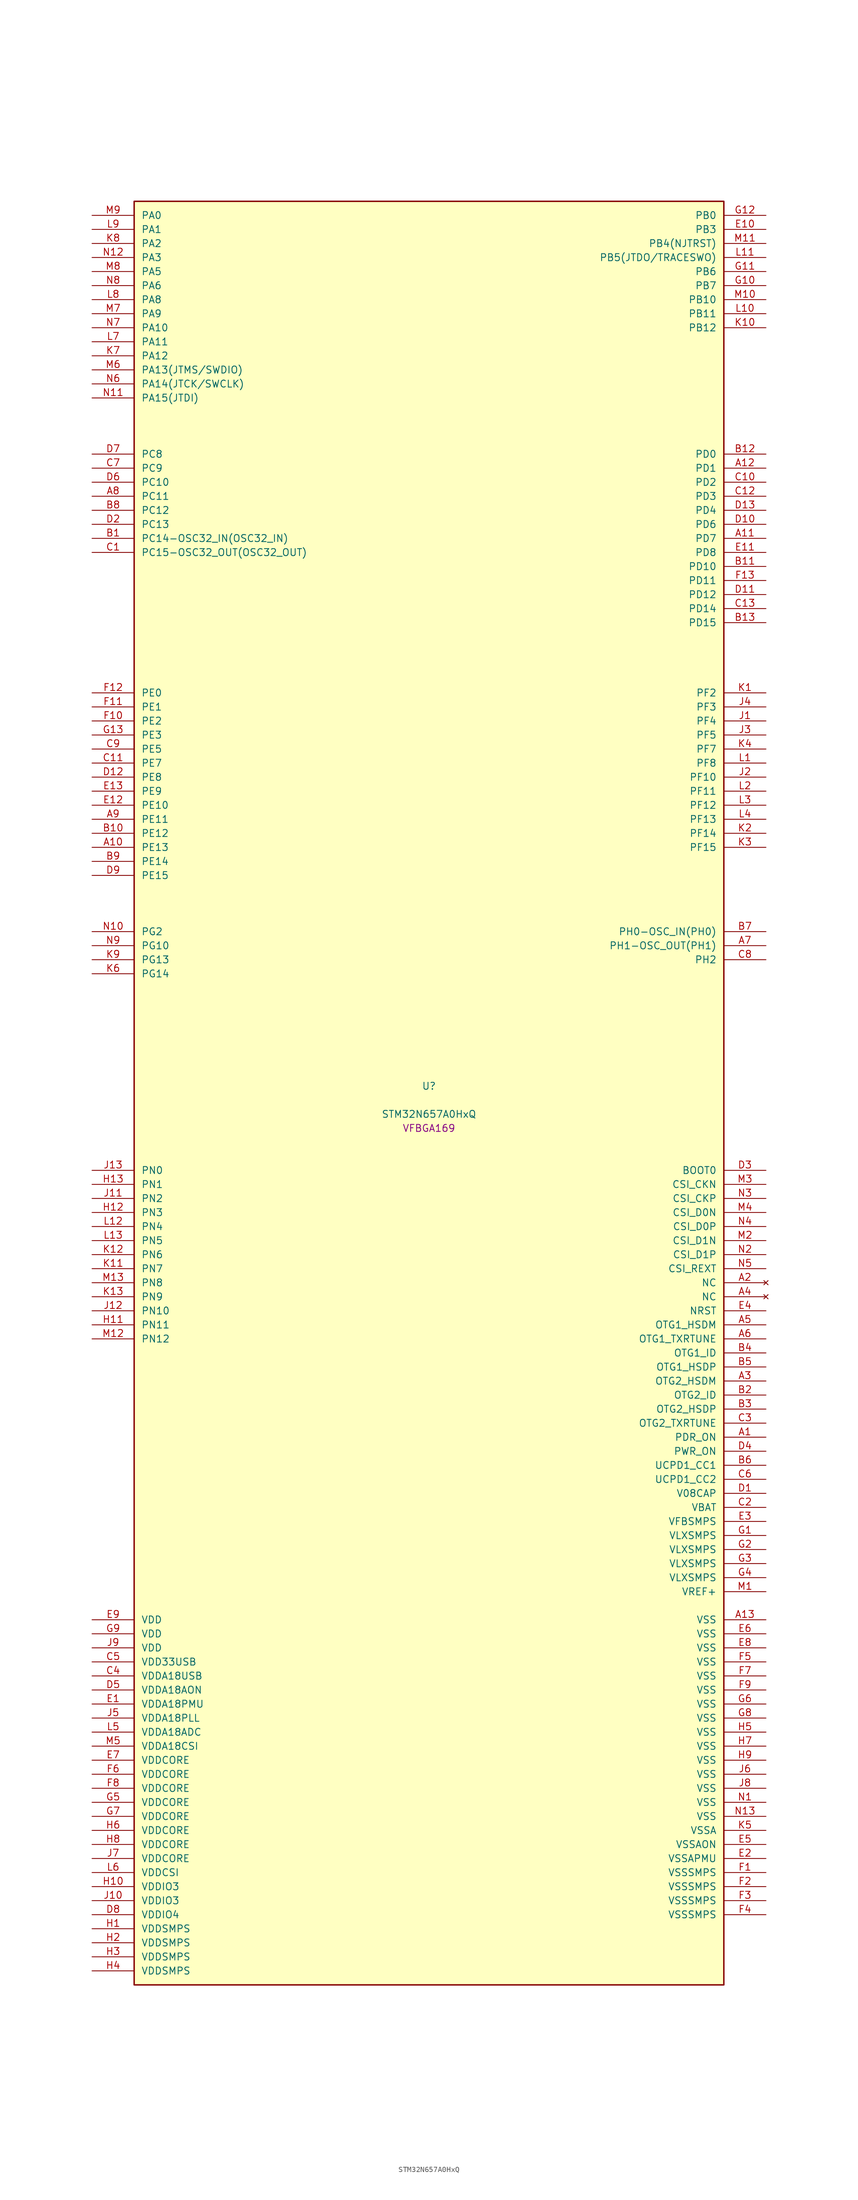
<source format=kicad_sym>
(kicad_symbol_lib
  (version 20241209)
  (generator "stm32_pkl_generator")
  (generator_version "1.0")
  (symbol "STM32N657A0HxQ"
    (pin_names
      (offset 1.27))
    (property "Reference" "U"
      (at 0 2.54 0))
    (property "Value" "STM32N657A0HxQ"
      (at 0 -2.54 0))
    (property "Footprint" "VFBGA169"
      (at 0 -5.08 0))
    (symbol "STM32N657A0HxQ_1_1"
      (rectangle (start -53.34 162.56) (end 53.34 -160.02) (stroke (width 0.254) (type solid)) (fill (type background)))
      (pin bidirectional line (at -60.96 160.02 0) (length 7.62) (name "PA0") (number "M9") (alternate "PA0/ADC1_INN1" bidirectional line) (alternate "PA0/ADC1_INP0" bidirectional line) (alternate "PA0/ADC2_INN1" bidirectional line) (alternate "PA0/ADC2_INP0" bidirectional line) (alternate "PA0/HDP_HDP0" bidirectional line) (alternate "PA0/I2S6_WS" bidirectional line) (alternate "PA0/LTDC_G3" bidirectional line) (alternate "PA0/PWR_WKUP1" bidirectional line) (alternate "PA0/SAI2_SD_B" bidirectional line) (alternate "PA0/SPI6_NSS" bidirectional line) (alternate "PA0/TIM15_BKIN" bidirectional line) (alternate "PA0/TIM2_CH1" bidirectional line) (alternate "PA0/TIM9_CH1" bidirectional line) (alternate "PA0/UART4_TX" bidirectional line))
      (pin bidirectional line (at -60.96 157.48 0) (length 7.62) (name "PA1") (number "L9") (alternate "PA1/ADC1_INP1" bidirectional line) (alternate "PA1/ADC2_INP1" bidirectional line) (alternate "PA1/DCMIPP_D0" bidirectional line) (alternate "PA1/DCMI_D0" bidirectional line) (alternate "PA1/HDP_HDP1" bidirectional line) (alternate "PA1/LTDC_G2" bidirectional line) (alternate "PA1/PSSI_D0" bidirectional line) (alternate "PA1/SAI2_MCLK_B" bidirectional line) (alternate "PA1/TIM15_CH1N" bidirectional line) (alternate "PA1/TIM2_CH2" bidirectional line) (alternate "PA1/UART4_RX" bidirectional line))
      (pin bidirectional line (at -60.96 154.94 0) (length 7.62) (name "PA2") (number "K8") (alternate "PA2/ADC1_INP14" bidirectional line) (alternate "PA2/ADC2_INP14" bidirectional line) (alternate "PA2/HDP_HDP2" bidirectional line) (alternate "PA2/LTDC_B7" bidirectional line) (alternate "PA2/MDIOS_MDIO" bidirectional line) (alternate "PA2/PWR_WKUP2" bidirectional line) (alternate "PA2/SAI2_SCK_B" bidirectional line) (alternate "PA2/TIM15_CH1" bidirectional line) (alternate "PA2/TIM2_CH3" bidirectional line))
      (pin bidirectional line (at -60.96 152.4 0) (length 7.62) (name "PA3") (number "N12") (alternate "PA3/SAI1_SD_B" bidirectional line) (alternate "PA3/SPI5_NSS" bidirectional line) (alternate "PA3/TIM16_CH1" bidirectional line) (alternate "PA3/UART7_RX" bidirectional line))
      (pin bidirectional line (at -60.96 149.86 0) (length 7.62) (name "PA5") (number "M8") (alternate "PA5/ADC2_INP18" bidirectional line) (alternate "PA5/DCMIPP_D8" bidirectional line) (alternate "PA5/DCMI_D8" bidirectional line) (alternate "PA5/HDP_HDP5" bidirectional line) (alternate "PA5/I2S1_CK" bidirectional line) (alternate "PA5/I2S6_CK" bidirectional line) (alternate "PA5/I3C1_SCL" bidirectional line) (alternate "PA5/LTDC_CLK" bidirectional line) (alternate "PA5/PSSI_D8" bidirectional line) (alternate "PA5/PWR_CSTOP" bidirectional line) (alternate "PA5/SPI1_SCK" bidirectional line) (alternate "PA5/SPI6_SCK" bidirectional line) (alternate "PA5/TIM10_CH1" bidirectional line) (alternate "PA5/TIM2_CH1" bidirectional line) (alternate "PA5/TIM2_ETR" bidirectional line) (alternate "PA5/TIM9_CH2" bidirectional line))
      (pin bidirectional line (at -60.96 147.32 0) (length 7.62) (name "PA6") (number "N8") (alternate "PA6/ADC1_INP3" bidirectional line) (alternate "PA6/ADC2_INP3" bidirectional line) (alternate "PA6/BOOT1" bidirectional line) (alternate "PA6/DCMIPP_PIXCLK" bidirectional line) (alternate "PA6/DCMI_PIXCLK" bidirectional line) (alternate "PA6/HDP_HDP6" bidirectional line) (alternate "PA6/I2S1_SDI" bidirectional line) (alternate "PA6/I2S6_SDI" bidirectional line) (alternate "PA6/I3C1_SDA" bidirectional line) (alternate "PA6/LTDC_B7" bidirectional line) (alternate "PA6/LTDC_HSYNC" bidirectional line) (alternate "PA6/MDIOS_MDC" bidirectional line) (alternate "PA6/PSSI_PDCK" bidirectional line) (alternate "PA6/SPI1_MISO" bidirectional line) (alternate "PA6/SPI6_MISO" bidirectional line) (alternate "PA6/TIM13_CH1" bidirectional line) (alternate "PA6/TIM1_BKIN" bidirectional line) (alternate "PA6/TIM3_CH1" bidirectional line))
      (pin bidirectional line (at -60.96 144.78 0) (length 7.62) (name "PA8") (number "L8") (alternate "PA8/ADC1_INP5" bidirectional line) (alternate "PA8/ADC2_INP5" bidirectional line) (alternate "PA8/HDP_HDP0" bidirectional line) (alternate "PA8/I2C3_SCL" bidirectional line) (alternate "PA8/I3C2_SCL" bidirectional line) (alternate "PA8/LTDC_B6" bidirectional line) (alternate "PA8/RCC_MCO_1" bidirectional line) (alternate "PA8/TIM11_CH1" bidirectional line) (alternate "PA8/TIM1_CH1" bidirectional line) (alternate "PA8/UART7_RX" bidirectional line) (alternate "PA8/USART1_CK" bidirectional line))
      (pin bidirectional line (at -60.96 142.24 0) (length 7.62) (name "PA9") (number "M7") (alternate "PA9/ADC1_INP10" bidirectional line) (alternate "PA9/ADC2_INP10" bidirectional line) (alternate "PA9/DCMIPP_D0" bidirectional line) (alternate "PA9/DCMI_D0" bidirectional line) (alternate "PA9/HDP_HDP1" bidirectional line) (alternate "PA9/I2C3_SDA" bidirectional line) (alternate "PA9/I2S2_CK" bidirectional line) (alternate "PA9/I3C2_SDA" bidirectional line) (alternate "PA9/LPUART1_TX" bidirectional line) (alternate "PA9/LTDC_B5" bidirectional line) (alternate "PA9/PSSI_D0" bidirectional line) (alternate "PA9/SPI2_SCK" bidirectional line) (alternate "PA9/TIM1_CH2" bidirectional line) (alternate "PA9/USART1_TX" bidirectional line))
      (pin bidirectional line (at -60.96 139.7 0) (length 7.62) (name "PA10") (number "N7") (alternate "PA10/ADC1_INN10" bidirectional line) (alternate "PA10/ADC1_INP11" bidirectional line) (alternate "PA10/ADC2_INN10" bidirectional line) (alternate "PA10/ADC2_INP11" bidirectional line) (alternate "PA10/DCMIPP_D1" bidirectional line) (alternate "PA10/DCMI_D1" bidirectional line) (alternate "PA10/HDP_HDP2" bidirectional line) (alternate "PA10/LPUART1_RX" bidirectional line) (alternate "PA10/LTDC_B4" bidirectional line) (alternate "PA10/MDIOS_MDIO" bidirectional line) (alternate "PA10/PSSI_D1" bidirectional line) (alternate "PA10/PWR_CSLEEP" bidirectional line) (alternate "PA10/TIM1_CH3" bidirectional line) (alternate "PA10/USART1_RX" bidirectional line))
      (pin bidirectional line (at -60.96 137.16 0) (length 7.62) (name "PA11") (number "L7") (alternate "PA11/ADC1_EXTI11" bidirectional line) (alternate "PA11/ADC1_INN11" bidirectional line) (alternate "PA11/ADC1_INP12" bidirectional line) (alternate "PA11/ADC2_EXTI11" bidirectional line) (alternate "PA11/ADC2_INN11" bidirectional line) (alternate "PA11/ADC2_INP12" bidirectional line) (alternate "PA11/FDCAN1_RX" bidirectional line) (alternate "PA11/HDP_HDP3" bidirectional line) (alternate "PA11/I2S2_WS" bidirectional line) (alternate "PA11/LPUART1_CTS" bidirectional line) (alternate "PA11/LTDC_B3" bidirectional line) (alternate "PA11/SPI2_NSS" bidirectional line) (alternate "PA11/TIM1_CH4" bidirectional line) (alternate "PA11/UART4_RX" bidirectional line) (alternate "PA11/USART1_CTS" bidirectional line) (alternate "PA11/USART1_NSS" bidirectional line))
      (pin bidirectional line (at -60.96 134.62 0) (length 7.62) (name "PA12") (number "K7") (alternate "PA12/ADC1_INN12" bidirectional line) (alternate "PA12/ADC1_INP13" bidirectional line) (alternate "PA12/ADC2_INN12" bidirectional line) (alternate "PA12/ADC2_INP13" bidirectional line) (alternate "PA12/FDCAN1_TX" bidirectional line) (alternate "PA12/HDP_HDP4" bidirectional line) (alternate "PA12/I2S2_CK" bidirectional line) (alternate "PA12/LPUART1_RTS" bidirectional line) (alternate "PA12/LTDC_B2" bidirectional line) (alternate "PA12/SAI2_FS_B" bidirectional line) (alternate "PA12/SPI2_SCK" bidirectional line) (alternate "PA12/TIM1_ETR" bidirectional line) (alternate "PA12/UART4_TX" bidirectional line) (alternate "PA12/USART1_RTS" bidirectional line))
      (pin bidirectional line (at -60.96 132.08 0) (length 7.62) (name "PA13(JTMS/SWDIO)") (number "M6") (alternate "PA13(JTMS/SWDIO)/DEBUG_JTMS-SWDIO" bidirectional line) (alternate "PA13(JTMS/SWDIO)/HDP_HDP5" bidirectional line))
      (pin bidirectional line (at -60.96 129.54 0) (length 7.62) (name "PA14(JTCK/SWCLK)") (number "N6") (alternate "PA14(JTCK/SWCLK)/DEBUG_JTCK-SWCLK" bidirectional line) (alternate "PA14(JTCK/SWCLK)/HDP_HDP6" bidirectional line))
      (pin bidirectional line (at -60.96 127 0) (length 7.62) (name "PA15(JTDI)") (number "N11") (alternate "PA15(JTDI)/ADC1_EXTI15" bidirectional line) (alternate "PA15(JTDI)/ADC2_EXTI15" bidirectional line) (alternate "PA15(JTDI)/DEBUG_JTDI" bidirectional line) (alternate "PA15(JTDI)/HDP_HDP7" bidirectional line) (alternate "PA15(JTDI)/I2S1_WS" bidirectional line) (alternate "PA15(JTDI)/I2S3_WS" bidirectional line) (alternate "PA15(JTDI)/I2S6_WS" bidirectional line) (alternate "PA15(JTDI)/LTDC_R5" bidirectional line) (alternate "PA15(JTDI)/SPI1_NSS" bidirectional line) (alternate "PA15(JTDI)/SPI3_NSS" bidirectional line) (alternate "PA15(JTDI)/SPI6_NSS" bidirectional line) (alternate "PA15(JTDI)/TIM2_CH1" bidirectional line) (alternate "PA15(JTDI)/TIM2_ETR" bidirectional line) (alternate "PA15(JTDI)/UART4_DE" bidirectional line) (alternate "PA15(JTDI)/UART4_RTS" bidirectional line) (alternate "PA15(JTDI)/UART7_TX" bidirectional line))
      (pin bidirectional line (at 60.96 160.02 180) (length 7.62) (name "PB0") (number "G12") (alternate "PB0/ADF1_SDI0" bidirectional line) (alternate "PB0/DCMIPP_D4" bidirectional line) (alternate "PB0/DCMI_D4" bidirectional line) (alternate "PB0/DEBUG_TRACED1" bidirectional line) (alternate "PB0/MDF1_SDI2" bidirectional line) (alternate "PB0/PSSI_D4" bidirectional line) (alternate "PB0/SAI1_D2" bidirectional line) (alternate "PB0/SAI1_FS_A" bidirectional line) (alternate "PB0/SPI4_NSS" bidirectional line) (alternate "PB0/TIM15_CH1N" bidirectional line) (alternate "PB0/TIM1_CH4" bidirectional line))
      (pin bidirectional line (at 60.96 157.48 180) (length 7.62) (name "PB3") (number "E10") (alternate "PB3/DEBUG_JTDO-SWO" bidirectional line) (alternate "PB3/DEBUG_TRACECLK" bidirectional line) (alternate "PB3/GFXTIM_FCKCAL" bidirectional line) (alternate "PB3/GFXTIM_LCKCAL" bidirectional line) (alternate "PB3/HDP_HDP0" bidirectional line) (alternate "PB3/MDF1_CKI1" bidirectional line) (alternate "PB3/SAI2_FS_B" bidirectional line) (alternate "PB3/TIM1_CH4N" bidirectional line) (alternate "PB3/USART1_CK" bidirectional line))
      (pin bidirectional line (at 60.96 154.94 180) (length 7.62) (name "PB4(NJTRST)") (number "M11") (alternate "PB4(NJTRST)/DCMIPP_VSYNC" bidirectional line) (alternate "PB4(NJTRST)/DCMI_VSYNC" bidirectional line) (alternate "PB4(NJTRST)/DEBUG_NJTRST" bidirectional line) (alternate "PB4(NJTRST)/HDP_HDP4" bidirectional line) (alternate "PB4(NJTRST)/I2S1_SDI" bidirectional line) (alternate "PB4(NJTRST)/I2S2_WS" bidirectional line) (alternate "PB4(NJTRST)/I2S3_SDI" bidirectional line) (alternate "PB4(NJTRST)/I2S6_SDI" bidirectional line) (alternate "PB4(NJTRST)/LTDC_R3" bidirectional line) (alternate "PB4(NJTRST)/PSSI_RDY" bidirectional line) (alternate "PB4(NJTRST)/SPI1_MISO" bidirectional line) (alternate "PB4(NJTRST)/SPI2_NSS" bidirectional line) (alternate "PB4(NJTRST)/SPI3_MISO" bidirectional line) (alternate "PB4(NJTRST)/SPI6_MISO" bidirectional line) (alternate "PB4(NJTRST)/TIM16_BKIN" bidirectional line) (alternate "PB4(NJTRST)/TIM3_CH1" bidirectional line) (alternate "PB4(NJTRST)/UART7_TX" bidirectional line))
      (pin bidirectional line (at 60.96 152.4 180) (length 7.62) (name "PB5(JTDO/TRACESWO)") (number "L11") (alternate "PB5(JTDO/TRACESWO)/DCMIPP_D10" bidirectional line) (alternate "PB5(JTDO/TRACESWO)/DCMI_D10" bidirectional line) (alternate "PB5(JTDO/TRACESWO)/DEBUG_JTDO-SWO" bidirectional line) (alternate "PB5(JTDO/TRACESWO)/FDCAN2_RX" bidirectional line) (alternate "PB5(JTDO/TRACESWO)/HDP_HDP5" bidirectional line) (alternate "PB5(JTDO/TRACESWO)/I2S1_SDO" bidirectional line) (alternate "PB5(JTDO/TRACESWO)/I2S3_SDO" bidirectional line) (alternate "PB5(JTDO/TRACESWO)/I2S6_SDO" bidirectional line) (alternate "PB5(JTDO/TRACESWO)/LTDC_R2" bidirectional line) (alternate "PB5(JTDO/TRACESWO)/PSSI_D10" bidirectional line) (alternate "PB5(JTDO/TRACESWO)/SPI1_MOSI" bidirectional line) (alternate "PB5(JTDO/TRACESWO)/SPI3_MOSI" bidirectional line) (alternate "PB5(JTDO/TRACESWO)/SPI6_MOSI" bidirectional line) (alternate "PB5(JTDO/TRACESWO)/TIM3_CH2" bidirectional line) (alternate "PB5(JTDO/TRACESWO)/UART5_RX" bidirectional line))
      (pin bidirectional line (at 60.96 149.86 180) (length 7.62) (name "PB6") (number "G11") (alternate "PB6/ADF1_CCK1" bidirectional line) (alternate "PB6/DCMIPP_D6" bidirectional line) (alternate "PB6/DCMI_D6" bidirectional line) (alternate "PB6/DEBUG_TRACED2" bidirectional line) (alternate "PB6/MDF1_CCK1" bidirectional line) (alternate "PB6/PSSI_D6" bidirectional line) (alternate "PB6/SAI1_CK2" bidirectional line) (alternate "PB6/SAI1_SCK_A" bidirectional line) (alternate "PB6/SPI4_MISO" bidirectional line) (alternate "PB6/TIM15_CH1" bidirectional line))
      (pin bidirectional line (at 60.96 147.32 180) (length 7.62) (name "PB7") (number "G10") (alternate "PB7/ADF1_SDI0" bidirectional line) (alternate "PB7/DCMIPP_D7" bidirectional line) (alternate "PB7/DCMI_D7" bidirectional line) (alternate "PB7/DEBUG_TRACED3" bidirectional line) (alternate "PB7/MDF1_SDI1" bidirectional line) (alternate "PB7/PSSI_D7" bidirectional line) (alternate "PB7/SAI1_D1" bidirectional line) (alternate "PB7/SAI1_SD_A" bidirectional line) (alternate "PB7/SAI2_MCLK_B" bidirectional line) (alternate "PB7/SPI4_MOSI" bidirectional line) (alternate "PB7/TIM15_CH2" bidirectional line) (alternate "PB7/TIM1_BKIN2" bidirectional line))
      (pin bidirectional line (at 60.96 144.78 180) (length 7.62) (name "PB10") (number "M10") (alternate "PB10/ADC1_INN4" bidirectional line) (alternate "PB10/ADC1_INP8" bidirectional line) (alternate "PB10/ADC2_INN4" bidirectional line) (alternate "PB10/ADC2_INP8" bidirectional line) (alternate "PB10/HDP_HDP2" bidirectional line) (alternate "PB10/I2C2_SCL" bidirectional line) (alternate "PB10/I2S2_CK" bidirectional line) (alternate "PB10/I3C2_SCL" bidirectional line) (alternate "PB10/LPTIM2_IN1" bidirectional line) (alternate "PB10/LTDC_G7" bidirectional line) (alternate "PB10/SPI2_SCK" bidirectional line) (alternate "PB10/TIM2_CH3" bidirectional line) (alternate "PB10/USART3_TX" bidirectional line))
      (pin bidirectional line (at 60.96 142.24 180) (length 7.62) (name "PB11") (number "L10") (alternate "PB11/ADC1_EXTI11" bidirectional line) (alternate "PB11/ADC1_INP4" bidirectional line) (alternate "PB11/ADC2_EXTI11" bidirectional line) (alternate "PB11/ADC2_INP4" bidirectional line) (alternate "PB11/HDP_HDP3" bidirectional line) (alternate "PB11/I2C2_SDA" bidirectional line) (alternate "PB11/I3C2_SDA" bidirectional line) (alternate "PB11/LPTIM2_ETR" bidirectional line) (alternate "PB11/LTDC_G6" bidirectional line) (alternate "PB11/TIM2_CH4" bidirectional line) (alternate "PB11/USART3_RX" bidirectional line))
      (pin bidirectional line (at 60.96 139.7 180) (length 7.62) (name "PB12") (number "K10") (alternate "PB12/FDCAN2_RX" bidirectional line) (alternate "PB12/HDP_HDP4" bidirectional line) (alternate "PB12/I2C2_SMBA" bidirectional line) (alternate "PB12/I2S2_WS" bidirectional line) (alternate "PB12/LPTIM2_IN2" bidirectional line) (alternate "PB12/LTDC_G5" bidirectional line) (alternate "PB12/SPI2_NSS" bidirectional line) (alternate "PB12/TIM1_BKIN" bidirectional line) (alternate "PB12/UART5_RX" bidirectional line) (alternate "PB12/USART3_CK" bidirectional line))
      (pin bidirectional line (at -60.96 116.84 0) (length 7.62) (name "PC8") (number "D7") (alternate "PC8/DCMIPP_D2" bidirectional line) (alternate "PC8/DCMI_D2" bidirectional line) (alternate "PC8/DEBUG_TRACED1" bidirectional line) (alternate "PC8/HDP_HDP0" bidirectional line) (alternate "PC8/I2C3_SMBA" bidirectional line) (alternate "PC8/LTDC_B0" bidirectional line) (alternate "PC8/PSSI_D2" bidirectional line) (alternate "PC8/TIM3_CH3" bidirectional line) (alternate "PC8/UART5_DE" bidirectional line) (alternate "PC8/UART5_RTS" bidirectional line) (alternate "PC8/UCPD1_FRSTX1" bidirectional line) (alternate "PC8/USART6_CK" bidirectional line))
      (pin bidirectional line (at -60.96 114.3 0) (length 7.62) (name "PC9") (number "C7") (alternate "PC9/AUDIOCLK" bidirectional line) (alternate "PC9/DCMIPP_D3" bidirectional line) (alternate "PC9/DCMI_D3" bidirectional line) (alternate "PC9/HDP_HDP1" bidirectional line) (alternate "PC9/I2C3_SDA" bidirectional line) (alternate "PC9/LTDC_B3" bidirectional line) (alternate "PC9/PSSI_D3" bidirectional line) (alternate "PC9/RCC_MCO_2" bidirectional line) (alternate "PC9/TIM3_CH4" bidirectional line) (alternate "PC9/UART5_CTS" bidirectional line) (alternate "PC9/UCPD1_FRSTX2" bidirectional line) (alternate "PC9/USART6_RX" bidirectional line))
      (pin bidirectional line (at -60.96 111.76 0) (length 7.62) (name "PC10") (number "D6") (alternate "PC10/DCMIPP_D14" bidirectional line) (alternate "PC10/HDP_HDP2" bidirectional line) (alternate "PC10/I2C4_SCL" bidirectional line) (alternate "PC10/I2S3_CK" bidirectional line) (alternate "PC10/I3C2_SCL" bidirectional line) (alternate "PC10/PSSI_D14" bidirectional line) (alternate "PC10/SPI3_SCK" bidirectional line) (alternate "PC10/TIM1_BKIN" bidirectional line) (alternate "PC10/UART4_TX" bidirectional line) (alternate "PC10/USART3_TX" bidirectional line))
      (pin bidirectional line (at -60.96 109.22 0) (length 7.62) (name "PC11") (number "A8") (alternate "PC11/ADC1_EXTI11" bidirectional line) (alternate "PC11/ADC2_EXTI11" bidirectional line) (alternate "PC11/DCMIPP_D4" bidirectional line) (alternate "PC11/DCMI_D4" bidirectional line) (alternate "PC11/HDP_HDP3" bidirectional line) (alternate "PC11/I2C4_SDA" bidirectional line) (alternate "PC11/I2S3_SDI" bidirectional line) (alternate "PC11/I3C2_SDA" bidirectional line) (alternate "PC11/PSSI_D4" bidirectional line) (alternate "PC11/SPI3_MISO" bidirectional line) (alternate "PC11/UART4_RX" bidirectional line) (alternate "PC11/USART3_RX" bidirectional line))
      (pin bidirectional line (at -60.96 106.68 0) (length 7.62) (name "PC12") (number "B8") (alternate "PC12/DCMIPP_D9" bidirectional line) (alternate "PC12/DCMI_D9" bidirectional line) (alternate "PC12/DEBUG_TRACED3" bidirectional line) (alternate "PC12/HDP_HDP4" bidirectional line) (alternate "PC12/I2S3_SDO" bidirectional line) (alternate "PC12/I2S6_CK" bidirectional line) (alternate "PC12/PSSI_D9" bidirectional line) (alternate "PC12/SPI3_MOSI" bidirectional line) (alternate "PC12/SPI6_SCK" bidirectional line) (alternate "PC12/TIM15_CH1" bidirectional line) (alternate "PC12/TIM1_CH4" bidirectional line) (alternate "PC12/UART5_TX" bidirectional line) (alternate "PC12/USART3_CK" bidirectional line))
      (pin bidirectional line (at -60.96 104.14 0) (length 7.62) (name "PC13") (number "D2") (alternate "PC13/HDP_HDP5" bidirectional line) (alternate "PC13/PWR_WKUP3" bidirectional line) (alternate "PC13/RTC_OUT1" bidirectional line) (alternate "PC13/RTC_TS" bidirectional line) (alternate "PC13/TAMP_IN1" bidirectional line) (alternate "PC13/TAMP_OUT2" bidirectional line))
      (pin bidirectional line (at -60.96 101.6 0) (length 7.62) (name "PC14-OSC32_IN(OSC32_IN)") (number "B1") (alternate "PC14-OSC32_IN(OSC32_IN)/RCC_OSC32_IN" bidirectional line))
      (pin bidirectional line (at -60.96 99.06 0) (length 7.62) (name "PC15-OSC32_OUT(OSC32_OUT)") (number "C1") (alternate "PC15-OSC32_OUT(OSC32_OUT)/ADC1_EXTI15" bidirectional line) (alternate "PC15-OSC32_OUT(OSC32_OUT)/ADC2_EXTI15" bidirectional line) (alternate "PC15-OSC32_OUT(OSC32_OUT)/RCC_OSC32_OUT" bidirectional line))
      (pin bidirectional line (at 60.96 116.84 180) (length 7.62) (name "PD0") (number "B12") (alternate "PD0/DCMIPP_HSYNC" bidirectional line) (alternate "PD0/DCMI_HSYNC" bidirectional line) (alternate "PD0/FDCAN1_RX" bidirectional line) (alternate "PD0/PSSI_DE" bidirectional line) (alternate "PD0/TIM1_ETR" bidirectional line) (alternate "PD0/UART4_RX" bidirectional line))
      (pin bidirectional line (at 60.96 114.3 180) (length 7.62) (name "PD1") (number "A12") (alternate "PD1/ETH1_MDC" bidirectional line) (alternate "PD1/FDCAN1_TX" bidirectional line) (alternate "PD1/UART4_TX" bidirectional line))
      (pin bidirectional line (at 60.96 111.76 180) (length 7.62) (name "PD2") (number "C10") (alternate "PD2/ADF1_SDI0" bidirectional line) (alternate "PD2/DEBUG_TRACED0" bidirectional line) (alternate "PD2/HDP_HDP1" bidirectional line) (alternate "PD2/I2S2_SDO" bidirectional line) (alternate "PD2/MDF1_SDI1" bidirectional line) (alternate "PD2/MDIOS_MDC" bidirectional line) (alternate "PD2/PWR_WKUP4" bidirectional line) (alternate "PD2/SAI1_D1" bidirectional line) (alternate "PD2/SAI1_SD_A" bidirectional line) (alternate "PD2/SPI2_MOSI" bidirectional line) (alternate "PD2/TIM15_CH1N" bidirectional line) (alternate "PD2/TIM1_CH3" bidirectional line))
      (pin bidirectional line (at 60.96 109.22 180) (length 7.62) (name "PD3") (number "C12") (alternate "PD3/DCMIPP_D14" bidirectional line) (alternate "PD3/ETH1_PHY_INTN" bidirectional line) (alternate "PD3/I2C2_SMBA" bidirectional line) (alternate "PD3/PSSI_D14" bidirectional line) (alternate "PD3/USART6_CTS" bidirectional line))
      (pin bidirectional line (at 60.96 106.68 180) (length 7.62) (name "PD4") (number "D13") (alternate "PD4/DCMIPP_D9" bidirectional line) (alternate "PD4/DCMI_D9" bidirectional line) (alternate "PD4/I2C2_SDA" bidirectional line) (alternate "PD4/PSSI_D9" bidirectional line) (alternate "PD4/SPI5_MISO" bidirectional line) (alternate "PD4/TAMP_IN7" bidirectional line) (alternate "PD4/TAMP_OUT8" bidirectional line) (alternate "PD4/TIM1_BKIN2" bidirectional line) (alternate "PD4/USART6_RTS" bidirectional line))
      (pin bidirectional line (at 60.96 104.14 180) (length 7.62) (name "PD6") (number "D10") (alternate "PD6/HDP_HDP2" bidirectional line) (alternate "PD6/I2S2_SDI" bidirectional line) (alternate "PD6/SPI2_MISO" bidirectional line) (alternate "PD6/TIM15_CH2" bidirectional line) (alternate "PD6/TIM1_CH1" bidirectional line))
      (pin bidirectional line (at 60.96 101.6 180) (length 7.62) (name "PD7") (number "A11") (alternate "PD7/DCMIPP_D0" bidirectional line) (alternate "PD7/DCMI_D0" bidirectional line) (alternate "PD7/HDP_HDP3" bidirectional line) (alternate "PD7/I2S2_SDO" bidirectional line) (alternate "PD7/I2S3_WS" bidirectional line) (alternate "PD7/PSSI_D0" bidirectional line) (alternate "PD7/SPI2_MOSI" bidirectional line) (alternate "PD7/SPI3_NSS" bidirectional line) (alternate "PD7/TIM15_CH1N" bidirectional line) (alternate "PD7/TIM1_CH2" bidirectional line))
      (pin bidirectional line (at 60.96 99.06 180) (length 7.62) (name "PD8") (number "E11") (alternate "PD8/DCMIPP_D11" bidirectional line) (alternate "PD8/DCMI_D11" bidirectional line) (alternate "PD8/LTDC_R7" bidirectional line) (alternate "PD8/PSSI_D11" bidirectional line) (alternate "PD8/TAMP_IN3" bidirectional line) (alternate "PD8/TAMP_OUT4" bidirectional line) (alternate "PD8/USART3_TX" bidirectional line))
      (pin bidirectional line (at 60.96 96.52 180) (length 7.62) (name "PD10") (number "B11") (alternate "PD10/DEBUG_TRACECLK" bidirectional line) (alternate "PD10/GFXTIM_TE" bidirectional line) (alternate "PD10/HDP_HDP4" bidirectional line) (alternate "PD10/I2S1_MCK" bidirectional line) (alternate "PD10/MDF1_CKI3" bidirectional line) (alternate "PD10/SAI2_FS_B" bidirectional line) (alternate "PD10/TIM1_ETR" bidirectional line) (alternate "PD10/UCPD1_FRSTX1" bidirectional line))
      (pin bidirectional line (at 60.96 93.98 180) (length 7.62) (name "PD11") (number "F13") (alternate "PD11/ADC1_EXTI11" bidirectional line) (alternate "PD11/ADC2_EXTI11" bidirectional line) (alternate "PD11/DCMIPP_D15" bidirectional line) (alternate "PD11/I2C4_SDA" bidirectional line) (alternate "PD11/I2S2_SDI" bidirectional line) (alternate "PD11/PSSI_D15" bidirectional line) (alternate "PD11/SPI2_MISO" bidirectional line) (alternate "PD11/UCPD1_FRSTX1" bidirectional line))
      (pin bidirectional line (at 60.96 91.44 180) (length 7.62) (name "PD12") (number "D11") (alternate "PD12/DCMIPP_D12" bidirectional line) (alternate "PD12/DCMI_D12" bidirectional line) (alternate "PD12/ETH1_MDIO" bidirectional line) (alternate "PD12/HDP_HDP5" bidirectional line) (alternate "PD12/MDF1_SDI3" bidirectional line) (alternate "PD12/PSSI_D12" bidirectional line) (alternate "PD12/SAI1_D3" bidirectional line) (alternate "PD12/UCPD1_FRSTX2" bidirectional line))
      (pin bidirectional line (at 60.96 88.9 180) (length 7.62) (name "PD14") (number "C13") (alternate "PD14/I2C2_SCL" bidirectional line))
      (pin bidirectional line (at 60.96 86.36 180) (length 7.62) (name "PD15") (number "B13") (alternate "PD15/ADC1_EXTI15" bidirectional line) (alternate "PD15/ADC2_EXTI15" bidirectional line) (alternate "PD15/I2C2_SDA" bidirectional line) (alternate "PD15/LTDC_R2" bidirectional line))
      (pin bidirectional line (at -60.96 73.66 0) (length 7.62) (name "PE0") (number "F12") (alternate "PE0/DCMIPP_D2" bidirectional line) (alternate "PE0/DCMI_D2" bidirectional line) (alternate "PE0/LPTIM2_ETR" bidirectional line) (alternate "PE0/PSSI_D2" bidirectional line) (alternate "PE0/SAI2_MCLK_A" bidirectional line) (alternate "PE0/TAMP_IN6" bidirectional line) (alternate "PE0/TAMP_OUT5" bidirectional line) (alternate "PE0/USART3_RX" bidirectional line))
      (pin bidirectional line (at -60.96 71.12 0) (length 7.62) (name "PE1") (number "F11") (alternate "PE1/DCMIPP_D8" bidirectional line) (alternate "PE1/DCMI_D8" bidirectional line) (alternate "PE1/LPTIM2_CH2" bidirectional line) (alternate "PE1/PSSI_D8" bidirectional line) (alternate "PE1/USART3_TX" bidirectional line))
      (pin bidirectional line (at -60.96 68.58 0) (length 7.62) (name "PE2") (number "F10") (alternate "PE2/ADF1_CCK0" bidirectional line) (alternate "PE2/DEBUG_TRACECLK" bidirectional line) (alternate "PE2/MDF1_CCK0" bidirectional line) (alternate "PE2/SAI1_CK1" bidirectional line) (alternate "PE2/SAI1_MCLK_A" bidirectional line) (alternate "PE2/SPI4_SCK" bidirectional line) (alternate "PE2/TIM1_CH2N" bidirectional line) (alternate "PE2/UCPD1_FRSTX1" bidirectional line))
      (pin bidirectional line (at -60.96 66.04 0) (length 7.62) (name "PE3") (number "G13") (alternate "PE3/DEBUG_TRACED0" bidirectional line) (alternate "PE3/MDF1_CKI2" bidirectional line) (alternate "PE3/SAI1_SD_B" bidirectional line) (alternate "PE3/TIM15_BKIN" bidirectional line))
      (pin bidirectional line (at -60.96 63.5 0) (length 7.62) (name "PE5") (number "C9") (alternate "PE5/DCMIPP_D5" bidirectional line) (alternate "PE5/DCMI_D5" bidirectional line) (alternate "PE5/FDCAN2_TX" bidirectional line) (alternate "PE5/HDP_HDP6" bidirectional line) (alternate "PE5/I3C1_SCL" bidirectional line) (alternate "PE5/LPUART1_TX" bidirectional line) (alternate "PE5/PSSI_D5" bidirectional line) (alternate "PE5/TIM16_CH1N" bidirectional line) (alternate "PE5/UART5_TX" bidirectional line) (alternate "PE5/USART1_TX" bidirectional line))
      (pin bidirectional line (at -60.96 60.96 0) (length 7.62) (name "PE7") (number "C11") (alternate "PE7/MDF1_CKI0" bidirectional line) (alternate "PE7/SAI2_SD_B" bidirectional line) (alternate "PE7/TIM1_ETR" bidirectional line) (alternate "PE7/UART7_RX" bidirectional line))
      (pin bidirectional line (at -60.96 58.42 0) (length 7.62) (name "PE8") (number "D12") (alternate "PE8/DCMIPP_D4" bidirectional line) (alternate "PE8/DCMI_D4" bidirectional line) (alternate "PE8/MDF1_SDI0" bidirectional line) (alternate "PE8/PSSI_D4" bidirectional line) (alternate "PE8/TIM1_CH1N" bidirectional line) (alternate "PE8/UART7_TX" bidirectional line) (alternate "PE8/USART3_TX" bidirectional line))
      (pin bidirectional line (at -60.96 55.88 0) (length 7.62) (name "PE9") (number "E13") (alternate "PE9/MDF1_CKI4" bidirectional line) (alternate "PE9/TIM1_CH1" bidirectional line) (alternate "PE9/UART7_RTS" bidirectional line))
      (pin bidirectional line (at -60.96 53.34 0) (length 7.62) (name "PE10") (number "E12") (alternate "PE10/DCMIPP_D3" bidirectional line) (alternate "PE10/DCMI_D3" bidirectional line) (alternate "PE10/DEBUG_TRACECLK" bidirectional line) (alternate "PE10/MDF1_SDI4" bidirectional line) (alternate "PE10/PSSI_D3" bidirectional line) (alternate "PE10/TIM1_CH2N" bidirectional line) (alternate "PE10/UART7_CTS" bidirectional line) (alternate "PE10/USART3_RX" bidirectional line))
      (pin bidirectional line (at -60.96 50.8 0) (length 7.62) (name "PE11") (number "A9") (alternate "PE11/ADC1_EXTI11" bidirectional line) (alternate "PE11/ADC2_EXTI11" bidirectional line) (alternate "PE11/FDCAN3_TX" bidirectional line) (alternate "PE11/LTDC_VSYNC" bidirectional line) (alternate "PE11/MDF1_CKI5" bidirectional line) (alternate "PE11/SAI2_SD_B" bidirectional line) (alternate "PE11/SPI4_NSS" bidirectional line) (alternate "PE11/TIM1_CH2" bidirectional line))
      (pin bidirectional line (at -60.96 48.26 0) (length 7.62) (name "PE12") (number "B10") (alternate "PE12/FDCAN3_RX" bidirectional line) (alternate "PE12/MDF1_SDI5" bidirectional line) (alternate "PE12/SAI2_SCK_B" bidirectional line) (alternate "PE12/SPI4_SCK" bidirectional line) (alternate "PE12/TIM1_CH3N" bidirectional line))
      (pin bidirectional line (at -60.96 45.72 0) (length 7.62) (name "PE13") (number "A10") (alternate "PE13/ADF1_CCK0" bidirectional line) (alternate "PE13/I2C4_SCL" bidirectional line) (alternate "PE13/SAI2_FS_B" bidirectional line) (alternate "PE13/SPI4_MISO" bidirectional line) (alternate "PE13/TIM1_CH3" bidirectional line))
      (pin bidirectional line (at -60.96 43.18 0) (length 7.62) (name "PE14") (number "B9") (alternate "PE14/ADF1_CCK1" bidirectional line) (alternate "PE14/GFXTIM_FCKCAL" bidirectional line) (alternate "PE14/GFXTIM_LCKCAL" bidirectional line) (alternate "PE14/I2C4_SDA" bidirectional line) (alternate "PE14/SAI2_MCLK_B" bidirectional line) (alternate "PE14/SPI4_MOSI" bidirectional line) (alternate "PE14/TIM1_CH4" bidirectional line))
      (pin bidirectional line (at -60.96 40.64 0) (length 7.62) (name "PE15") (number "D9") (alternate "PE15/ADC1_EXTI15" bidirectional line) (alternate "PE15/ADC2_EXTI15" bidirectional line) (alternate "PE15/GFXTIM_FCKCAL" bidirectional line) (alternate "PE15/GFXTIM_LCKCAL" bidirectional line) (alternate "PE15/I2C4_SMBA" bidirectional line) (alternate "PE15/SPI5_SCK" bidirectional line) (alternate "PE15/TIM1_BKIN" bidirectional line))
      (pin bidirectional line (at 60.96 73.66 180) (length 7.62) (name "PF2") (number "K1") (alternate "PF2/ETH1_RGMII_CLK125" bidirectional line) (alternate "PF2/FDCAN3_TX" bidirectional line) (alternate "PF2/I2S2_CK" bidirectional line) (alternate "PF2/LTDC_B1" bidirectional line) (alternate "PF2/SPI2_SCK" bidirectional line) (alternate "PF2/TIM1_CH3N" bidirectional line))
      (pin bidirectional line (at 60.96 71.12 180) (length 7.62) (name "PF3") (number "J4") (alternate "PF3/ADC1_INP16" bidirectional line) (alternate "PF3/DCMIPP_HSYNC" bidirectional line) (alternate "PF3/DCMI_HSYNC" bidirectional line) (alternate "PF3/ETH1_PPS_OUT" bidirectional line) (alternate "PF3/FDCAN3_RX" bidirectional line) (alternate "PF3/LTDC_R4" bidirectional line) (alternate "PF3/PSSI_DE" bidirectional line))
      (pin bidirectional line (at 60.96 68.58 180) (length 7.62) (name "PF4") (number "J1") (alternate "PF4/ADC1_INP18" bidirectional line) (alternate "PF4/DCMIPP_HSYNC" bidirectional line) (alternate "PF4/DCMI_HSYNC" bidirectional line) (alternate "PF4/ETH1_MDIO" bidirectional line) (alternate "PF4/HDP_HDP4" bidirectional line) (alternate "PF4/I2S1_WS" bidirectional line) (alternate "PF4/I2S3_WS" bidirectional line) (alternate "PF4/I2S6_WS" bidirectional line) (alternate "PF4/LTDC_R3" bidirectional line) (alternate "PF4/PSSI_DE" bidirectional line) (alternate "PF4/SPI1_NSS" bidirectional line) (alternate "PF4/SPI3_NSS" bidirectional line) (alternate "PF4/SPI6_NSS" bidirectional line))
      (pin bidirectional line (at 60.96 66.04 180) (length 7.62) (name "PF5") (number "J3") (alternate "PF5/DCMIPP_D6" bidirectional line) (alternate "PF5/DCMI_D6" bidirectional line) (alternate "PF5/ETH1_CLK" bidirectional line) (alternate "PF5/LPTIM2_IN2" bidirectional line) (alternate "PF5/LTDC_G0" bidirectional line) (alternate "PF5/PSSI_D6" bidirectional line) (alternate "PF5/SAI2_SD_A" bidirectional line) (alternate "PF5/TIM1_ETR" bidirectional line) (alternate "PF5/USART3_CTS" bidirectional line) (alternate "PF5/USART3_NSS" bidirectional line))
      (pin bidirectional line (at 60.96 63.5 180) (length 7.62) (name "PF7") (number "K4") (alternate "PF7/ADC1_INN5" bidirectional line) (alternate "PF7/ADC1_INP9" bidirectional line) (alternate "PF7/ADC2_INN5" bidirectional line) (alternate "PF7/ADC2_INP9" bidirectional line) (alternate "PF7/ETH1_MII_RX_CLK" bidirectional line) (alternate "PF7/ETH1_RGMII_RX_CLK" bidirectional line) (alternate "PF7/ETH1_RMII_REF_CLK" bidirectional line) (alternate "PF7/GFXTIM_TE" bidirectional line) (alternate "PF7/HDP_HDP0" bidirectional line) (alternate "PF7/I2S1_CK" bidirectional line) (alternate "PF7/LTDC_VSYNC" bidirectional line) (alternate "PF7/SPI1_SCK" bidirectional line) (alternate "PF7/TIM1_CH2N" bidirectional line) (alternate "PF7/TIM3_CH3" bidirectional line) (alternate "PF7/TIM9_CH1" bidirectional line) (alternate "PF7/UART4_CTS" bidirectional line))
      (pin bidirectional line (at 60.96 60.96 180) (length 7.62) (name "PF8") (number "L1") (alternate "PF8/DEBUG_TRACECLK" bidirectional line) (alternate "PF8/ETH1_MII_RXD2" bidirectional line) (alternate "PF8/ETH1_RGMII_RXD2" bidirectional line) (alternate "PF8/LTDC_R6" bidirectional line))
      (pin bidirectional line (at 60.96 58.42 180) (length 7.62) (name "PF10") (number "J2") (alternate "PF10/DCMIPP_D11" bidirectional line) (alternate "PF10/DCMIPP_D15" bidirectional line) (alternate "PF10/DCMI_D11" bidirectional line) (alternate "PF10/ETH1_MII_RX_DV" bidirectional line) (alternate "PF10/ETH1_RGMII_RX_CTL" bidirectional line) (alternate "PF10/ETH1_RMII_CRS_DV" bidirectional line) (alternate "PF10/LTDC_R1" bidirectional line) (alternate "PF10/MDF1_SDI3" bidirectional line) (alternate "PF10/PSSI_D11" bidirectional line) (alternate "PF10/PSSI_D15" bidirectional line) (alternate "PF10/SAI1_D3" bidirectional line) (alternate "PF10/TIM16_BKIN" bidirectional line) (alternate "PF10/UART7_RX" bidirectional line) (alternate "PF10/UCPD1_FRSTX1" bidirectional line))
      (pin bidirectional line (at 60.96 55.88 180) (length 7.62) (name "PF11") (number "L2") (alternate "PF11/ADC1_EXTI11" bidirectional line) (alternate "PF11/ADC1_INP2" bidirectional line) (alternate "PF11/ADC2_EXTI11" bidirectional line) (alternate "PF11/DCMIPP_D15" bidirectional line) (alternate "PF11/ETH1_MII_TX_EN" bidirectional line) (alternate "PF11/ETH1_RGMII_TX_CTL" bidirectional line) (alternate "PF11/ETH1_RMII_TX_EN" bidirectional line) (alternate "PF11/LTDC_B0" bidirectional line) (alternate "PF11/PSSI_D15" bidirectional line) (alternate "PF11/SAI2_SD_B" bidirectional line) (alternate "PF11/SPI5_MOSI" bidirectional line))
      (pin bidirectional line (at 60.96 53.34 180) (length 7.62) (name "PF12") (number "L3") (alternate "PF12/ADC1_INN2" bidirectional line) (alternate "PF12/ADC1_INP6" bidirectional line) (alternate "PF12/DCMIPP_D13" bidirectional line) (alternate "PF12/DCMI_D13" bidirectional line) (alternate "PF12/ETH1_MII_TXD0" bidirectional line) (alternate "PF12/ETH1_RGMII_TXD0" bidirectional line) (alternate "PF12/ETH1_RMII_TXD0" bidirectional line) (alternate "PF12/PSSI_D13" bidirectional line) (alternate "PF12/SPI5_MISO" bidirectional line) (alternate "PF12/USART1_RX" bidirectional line))
      (pin bidirectional line (at 60.96 50.8 180) (length 7.62) (name "PF13") (number "L4") (alternate "PF13/ADC2_INP2" bidirectional line) (alternate "PF13/DCMIPP_D10" bidirectional line) (alternate "PF13/DCMI_D10" bidirectional line) (alternate "PF13/ETH1_MII_TXD1" bidirectional line) (alternate "PF13/ETH1_RGMII_TXD1" bidirectional line) (alternate "PF13/ETH1_RMII_TXD1" bidirectional line) (alternate "PF13/PSSI_D10" bidirectional line) (alternate "PF13/SPI5_NSS" bidirectional line) (alternate "PF13/USART1_TX" bidirectional line))
      (pin bidirectional line (at 60.96 48.26 180) (length 7.62) (name "PF14") (number "K2") (alternate "PF14/ADC2_INN2" bidirectional line) (alternate "PF14/ADC2_INP6" bidirectional line) (alternate "PF14/ETH1_MII_RXD0" bidirectional line) (alternate "PF14/ETH1_RGMII_RXD0" bidirectional line) (alternate "PF14/ETH1_RMII_RXD0" bidirectional line) (alternate "PF14/LTDC_G0" bidirectional line) (alternate "PF14/SPI5_MOSI" bidirectional line) (alternate "PF14/TIM2_CH2" bidirectional line) (alternate "PF14/USART1_CTS" bidirectional line))
      (pin bidirectional line (at 60.96 45.72 180) (length 7.62) (name "PF15") (number "K3") (alternate "PF15/ADC1_EXTI15" bidirectional line) (alternate "PF15/ADC2_EXTI15" bidirectional line) (alternate "PF15/ETH1_MII_RXD1" bidirectional line) (alternate "PF15/ETH1_RGMII_RXD1" bidirectional line) (alternate "PF15/ETH1_RMII_RXD1" bidirectional line) (alternate "PF15/LTDC_G1" bidirectional line) (alternate "PF15/SPI5_SCK" bidirectional line) (alternate "PF15/USART1_RTS" bidirectional line))
      (pin bidirectional line (at -60.96 30.48 0) (length 7.62) (name "PG2") (number "N10") (alternate "PG2/DCMIPP_D6" bidirectional line) (alternate "PG2/DCMI_D6" bidirectional line) (alternate "PG2/LTDC_R0" bidirectional line) (alternate "PG2/PSSI_D6" bidirectional line) (alternate "PG2/SAI1_FS_B" bidirectional line) (alternate "PG2/SAI2_MCLK_B" bidirectional line) (alternate "PG2/SPI5_MOSI" bidirectional line) (alternate "PG2/TIM14_CH1" bidirectional line) (alternate "PG2/UART7_CTS" bidirectional line) (alternate "PG2/USART3_RTS" bidirectional line))
      (pin bidirectional line (at -60.96 27.94 0) (length 7.62) (name "PG10") (number "N9") (alternate "PG10/DCMIPP_D2" bidirectional line) (alternate "PG10/DCMI_D2" bidirectional line) (alternate "PG10/FDCAN2_TX" bidirectional line) (alternate "PG10/HDP_HDP5" bidirectional line) (alternate "PG10/I2S2_CK" bidirectional line) (alternate "PG10/LPTIM2_CH1" bidirectional line) (alternate "PG10/LTDC_G4" bidirectional line) (alternate "PG10/PSSI_D2" bidirectional line) (alternate "PG10/SPI2_SCK" bidirectional line) (alternate "PG10/TIM1_CH1N" bidirectional line) (alternate "PG10/UART5_TX" bidirectional line) (alternate "PG10/USART3_CTS" bidirectional line) (alternate "PG10/USART3_NSS" bidirectional line))
      (pin bidirectional line (at -60.96 25.4 0) (length 7.62) (name "PG13") (number "K9") (alternate "PG13/DCMIPP_D12" bidirectional line) (alternate "PG13/DCMI_D12" bidirectional line) (alternate "PG13/LPTIM2_IN1" bidirectional line) (alternate "PG13/LTDC_DE" bidirectional line) (alternate "PG13/PSSI_D12" bidirectional line) (alternate "PG13/SAI2_FS_A" bidirectional line) (alternate "PG13/USART3_RTS" bidirectional line))
      (pin bidirectional line (at -60.96 22.86 0) (length 7.62) (name "PG14") (number "K6") (alternate "PG14/DCMIPP_D11" bidirectional line) (alternate "PG14/DCMI_D11" bidirectional line) (alternate "PG14/DEBUG_TRACED1" bidirectional line) (alternate "PG14/I2S6_SDO" bidirectional line) (alternate "PG14/LTDC_B1" bidirectional line) (alternate "PG14/PSSI_D11" bidirectional line) (alternate "PG14/SPI6_MOSI" bidirectional line) (alternate "PG14/USART6_TX" bidirectional line))
      (pin bidirectional line (at 60.96 30.48 180) (length 7.62) (name "PH0-OSC_IN(PH0)") (number "B7") (alternate "PH0-OSC_IN(PH0)/RCC_OSC_IN" bidirectional line))
      (pin bidirectional line (at 60.96 27.94 180) (length 7.62) (name "PH1-OSC_OUT(PH1)") (number "A7") (alternate "PH1-OSC_OUT(PH1)/RCC_OSC_OUT" bidirectional line))
      (pin bidirectional line (at 60.96 25.4 180) (length 7.62) (name "PH2") (number "C8") (alternate "PH2/DCMIPP_D11" bidirectional line) (alternate "PH2/DCMI_D11" bidirectional line) (alternate "PH2/DEBUG_TRACED2" bidirectional line) (alternate "PH2/FDCAN1_TX" bidirectional line) (alternate "PH2/PSSI_D11" bidirectional line) (alternate "PH2/TIM15_BKIN" bidirectional line) (alternate "PH2/TIM1_ETR" bidirectional line) (alternate "PH2/TIM3_ETR" bidirectional line) (alternate "PH2/UART5_RX" bidirectional line))
      (pin bidirectional line (at -60.96 -12.7 0) (length 7.62) (name "PN0") (number "J13") (alternate "PN0/XSPIM_P2_DQS0" bidirectional line))
      (pin bidirectional line (at -60.96 -15.24 0) (length 7.62) (name "PN1") (number "H13") (alternate "PN1/XSPIM_P2_NCS1" bidirectional line))
      (pin bidirectional line (at -60.96 -17.78 0) (length 7.62) (name "PN2") (number "J11") (alternate "PN2/XSPIM_P2_IO0" bidirectional line))
      (pin bidirectional line (at -60.96 -20.32 0) (length 7.62) (name "PN3") (number "H12") (alternate "PN3/XSPIM_P2_IO1" bidirectional line))
      (pin bidirectional line (at -60.96 -22.86 0) (length 7.62) (name "PN4") (number "L12") (alternate "PN4/XSPIM_P2_IO2" bidirectional line))
      (pin bidirectional line (at -60.96 -25.4 0) (length 7.62) (name "PN5") (number "L13") (alternate "PN5/XSPIM_P2_IO3" bidirectional line))
      (pin bidirectional line (at -60.96 -27.94 0) (length 7.62) (name "PN6") (number "K12") (alternate "PN6/XSPIM_P2_CLK" bidirectional line))
      (pin bidirectional line (at -60.96 -30.48 0) (length 7.62) (name "PN7") (number "K11") (alternate "PN7/XSPIM_P2_NCLK" bidirectional line))
      (pin bidirectional line (at -60.96 -33.02 0) (length 7.62) (name "PN8") (number "M13") (alternate "PN8/XSPIM_P2_IO4" bidirectional line))
      (pin bidirectional line (at -60.96 -35.56 0) (length 7.62) (name "PN9") (number "K13") (alternate "PN9/DCMIPP_D5" bidirectional line) (alternate "PN9/DCMI_D5" bidirectional line) (alternate "PN9/PSSI_D5" bidirectional line) (alternate "PN9/XSPIM_P2_IO5" bidirectional line))
      (pin bidirectional line (at -60.96 -38.1 0) (length 7.62) (name "PN10") (number "J12") (alternate "PN10/LTDC_B4" bidirectional line) (alternate "PN10/XSPIM_P2_IO6" bidirectional line))
      (pin bidirectional line (at -60.96 -40.64 0) (length 7.62) (name "PN11") (number "H11") (alternate "PN11/ADC1_EXTI11" bidirectional line) (alternate "PN11/ADC2_EXTI11" bidirectional line) (alternate "PN11/LTDC_B6" bidirectional line) (alternate "PN11/XSPIM_P2_IO7" bidirectional line))
      (pin bidirectional line (at -60.96 -43.18 0) (length 7.62) (name "PN12") (number "M12") (alternate "PN12/XSPIM_P2_NCS2" bidirectional line))
      (pin input line (at 60.96 -12.7 180) (length 7.62) (name "BOOT0") (number "D3"))
      (pin bidirectional line (at 60.96 -15.24 180) (length 7.62) (name "CSI_CKN") (number "M3") (alternate "CSI_CKN/CSI_CKN" bidirectional line))
      (pin bidirectional line (at 60.96 -17.78 180) (length 7.62) (name "CSI_CKP") (number "N3") (alternate "CSI_CKP/CSI_CKP" bidirectional line))
      (pin bidirectional line (at 60.96 -20.32 180) (length 7.62) (name "CSI_D0N") (number "M4") (alternate "CSI_D0N/CSI_D0N" bidirectional line))
      (pin bidirectional line (at 60.96 -22.86 180) (length 7.62) (name "CSI_D0P") (number "N4") (alternate "CSI_D0P/CSI_D0P" bidirectional line))
      (pin bidirectional line (at 60.96 -25.4 180) (length 7.62) (name "CSI_D1N") (number "M2") (alternate "CSI_D1N/CSI_D1N" bidirectional line))
      (pin bidirectional line (at 60.96 -27.94 180) (length 7.62) (name "CSI_D1P") (number "N2") (alternate "CSI_D1P/CSI_D1P" bidirectional line))
      (pin bidirectional line (at 60.96 -30.48 180) (length 7.62) (name "CSI_REXT") (number "N5") (alternate "CSI_REXT/CSI_REXT" bidirectional line))
      (pin no_connect line (at 60.96 -33.02 180) (length 7.62) (name "NC") (number "A2"))
      (pin no_connect line (at 60.96 -35.56 180) (length 7.62) (name "NC") (number "A4"))
      (pin input line (at 60.96 -38.1 180) (length 7.62) (name "NRST") (number "E4"))
      (pin bidirectional line (at 60.96 -40.64 180) (length 7.62) (name "OTG1_HSDM") (number "A5") (alternate "OTG1_HSDM/USB1_OTG_HS_DM" bidirectional line))
      (pin bidirectional line (at 60.96 -43.18 180) (length 7.62) (name "OTG1_TXRTUNE") (number "A6"))
      (pin bidirectional line (at 60.96 -45.72 180) (length 7.62) (name "OTG1_ID") (number "B4") (alternate "OTG1_ID/USB1_OTG_HS_ID" bidirectional line))
      (pin bidirectional line (at 60.96 -48.26 180) (length 7.62) (name "OTG1_HSDP") (number "B5") (alternate "OTG1_HSDP/USB1_OTG_HS_DP" bidirectional line))
      (pin bidirectional line (at 60.96 -50.8 180) (length 7.62) (name "OTG2_HSDM") (number "A3") (alternate "OTG2_HSDM/USB2_OTG_HS_DM" bidirectional line))
      (pin bidirectional line (at 60.96 -53.34 180) (length 7.62) (name "OTG2_ID") (number "B2") (alternate "OTG2_ID/USB2_OTG_HS_ID" bidirectional line))
      (pin bidirectional line (at 60.96 -55.88 180) (length 7.62) (name "OTG2_HSDP") (number "B3") (alternate "OTG2_HSDP/USB2_OTG_HS_DP" bidirectional line))
      (pin bidirectional line (at 60.96 -58.42 180) (length 7.62) (name "OTG2_TXRTUNE") (number "C3"))
      (pin bidirectional line (at 60.96 -60.96 180) (length 7.62) (name "PDR_ON") (number "A1"))
      (pin bidirectional line (at 60.96 -63.5 180) (length 7.62) (name "PWR_ON") (number "D4"))
      (pin bidirectional line (at 60.96 -66.04 180) (length 7.62) (name "UCPD1_CC1") (number "B6") (alternate "UCPD1_CC1/UCPD1_CC1" bidirectional line))
      (pin bidirectional line (at 60.96 -68.58 180) (length 7.62) (name "UCPD1_CC2") (number "C6") (alternate "UCPD1_CC2/UCPD1_CC2" bidirectional line))
      (pin power_in line (at 60.96 -71.12 180) (length 7.62) (name "V08CAP") (number "D1"))
      (pin power_in line (at 60.96 -73.66 180) (length 7.62) (name "VBAT") (number "C2"))
      (pin power_in line (at 60.96 -76.2 180) (length 7.62) (name "VFBSMPS") (number "E3"))
      (pin power_in line (at 60.96 -78.74 180) (length 7.62) (name "VLXSMPS") (number "G1"))
      (pin power_in line (at 60.96 -81.28 180) (length 7.62) (name "VLXSMPS") (number "G2"))
      (pin power_in line (at 60.96 -83.82 180) (length 7.62) (name "VLXSMPS") (number "G3"))
      (pin power_in line (at 60.96 -86.36 180) (length 7.62) (name "VLXSMPS") (number "G4"))
      (pin bidirectional line (at 60.96 -88.9 180) (length 7.62) (name "VREF+") (number "M1"))
      (pin power_in line (at -60.96 -93.98 0) (length 7.62) (name "VDD") (number "E9"))
      (pin power_in line (at -60.96 -96.52 0) (length 7.62) (name "VDD") (number "G9"))
      (pin power_in line (at -60.96 -99.06 0) (length 7.62) (name "VDD") (number "J9"))
      (pin power_in line (at -60.96 -101.6 0) (length 7.62) (name "VDD33USB") (number "C5"))
      (pin power_in line (at -60.96 -104.14 0) (length 7.62) (name "VDDA18USB") (number "C4"))
      (pin power_in line (at -60.96 -106.68 0) (length 7.62) (name "VDDA18AON") (number "D5"))
      (pin power_in line (at -60.96 -109.22 0) (length 7.62) (name "VDDA18PMU") (number "E1"))
      (pin power_in line (at -60.96 -111.76 0) (length 7.62) (name "VDDA18PLL") (number "J5"))
      (pin power_in line (at -60.96 -114.3 0) (length 7.62) (name "VDDA18ADC") (number "L5"))
      (pin power_in line (at -60.96 -116.84 0) (length 7.62) (name "VDDA18CSI") (number "M5"))
      (pin power_in line (at -60.96 -119.38 0) (length 7.62) (name "VDDCORE") (number "E7"))
      (pin power_in line (at -60.96 -121.92 0) (length 7.62) (name "VDDCORE") (number "F6"))
      (pin power_in line (at -60.96 -124.46 0) (length 7.62) (name "VDDCORE") (number "F8"))
      (pin power_in line (at -60.96 -127 0) (length 7.62) (name "VDDCORE") (number "G5"))
      (pin power_in line (at -60.96 -129.54 0) (length 7.62) (name "VDDCORE") (number "G7"))
      (pin power_in line (at -60.96 -132.08 0) (length 7.62) (name "VDDCORE") (number "H6"))
      (pin power_in line (at -60.96 -134.62 0) (length 7.62) (name "VDDCORE") (number "H8"))
      (pin power_in line (at -60.96 -137.16 0) (length 7.62) (name "VDDCORE") (number "J7"))
      (pin power_in line (at -60.96 -139.7 0) (length 7.62) (name "VDDCSI") (number "L6"))
      (pin power_in line (at -60.96 -142.24 0) (length 7.62) (name "VDDIO3") (number "H10"))
      (pin power_in line (at -60.96 -144.78 0) (length 7.62) (name "VDDIO3") (number "J10"))
      (pin power_in line (at -60.96 -147.32 0) (length 7.62) (name "VDDIO4") (number "D8"))
      (pin power_in line (at -60.96 -149.86 0) (length 7.62) (name "VDDSMPS") (number "H1"))
      (pin power_in line (at -60.96 -152.4 0) (length 7.62) (name "VDDSMPS") (number "H2"))
      (pin power_in line (at -60.96 -154.94 0) (length 7.62) (name "VDDSMPS") (number "H3"))
      (pin power_in line (at -60.96 -157.48 0) (length 7.62) (name "VDDSMPS") (number "H4"))
      (pin power_in line (at 60.96 -93.98 180) (length 7.62) (name "VSS") (number "A13"))
      (pin power_in line (at 60.96 -96.52 180) (length 7.62) (name "VSS") (number "E6"))
      (pin power_in line (at 60.96 -99.06 180) (length 7.62) (name "VSS") (number "E8"))
      (pin power_in line (at 60.96 -101.6 180) (length 7.62) (name "VSS") (number "F5"))
      (pin power_in line (at 60.96 -104.14 180) (length 7.62) (name "VSS") (number "F7"))
      (pin power_in line (at 60.96 -106.68 180) (length 7.62) (name "VSS") (number "F9"))
      (pin power_in line (at 60.96 -109.22 180) (length 7.62) (name "VSS") (number "G6"))
      (pin power_in line (at 60.96 -111.76 180) (length 7.62) (name "VSS") (number "G8"))
      (pin power_in line (at 60.96 -114.3 180) (length 7.62) (name "VSS") (number "H5"))
      (pin power_in line (at 60.96 -116.84 180) (length 7.62) (name "VSS") (number "H7"))
      (pin power_in line (at 60.96 -119.38 180) (length 7.62) (name "VSS") (number "H9"))
      (pin power_in line (at 60.96 -121.92 180) (length 7.62) (name "VSS") (number "J6"))
      (pin power_in line (at 60.96 -124.46 180) (length 7.62) (name "VSS") (number "J8"))
      (pin power_in line (at 60.96 -127 180) (length 7.62) (name "VSS") (number "N1"))
      (pin power_in line (at 60.96 -129.54 180) (length 7.62) (name "VSS") (number "N13"))
      (pin power_in line (at 60.96 -132.08 180) (length 7.62) (name "VSSA") (number "K5"))
      (pin power_in line (at 60.96 -134.62 180) (length 7.62) (name "VSSAON") (number "E5"))
      (pin power_in line (at 60.96 -137.16 180) (length 7.62) (name "VSSAPMU") (number "E2"))
      (pin power_in line (at 60.96 -139.7 180) (length 7.62) (name "VSSSMPS") (number "F1"))
      (pin power_in line (at 60.96 -142.24 180) (length 7.62) (name "VSSSMPS") (number "F2"))
      (pin power_in line (at 60.96 -144.78 180) (length 7.62) (name "VSSSMPS") (number "F3"))
      (pin power_in line (at 60.96 -147.32 180) (length 7.62) (name "VSSSMPS") (number "F4")))))
</source>
